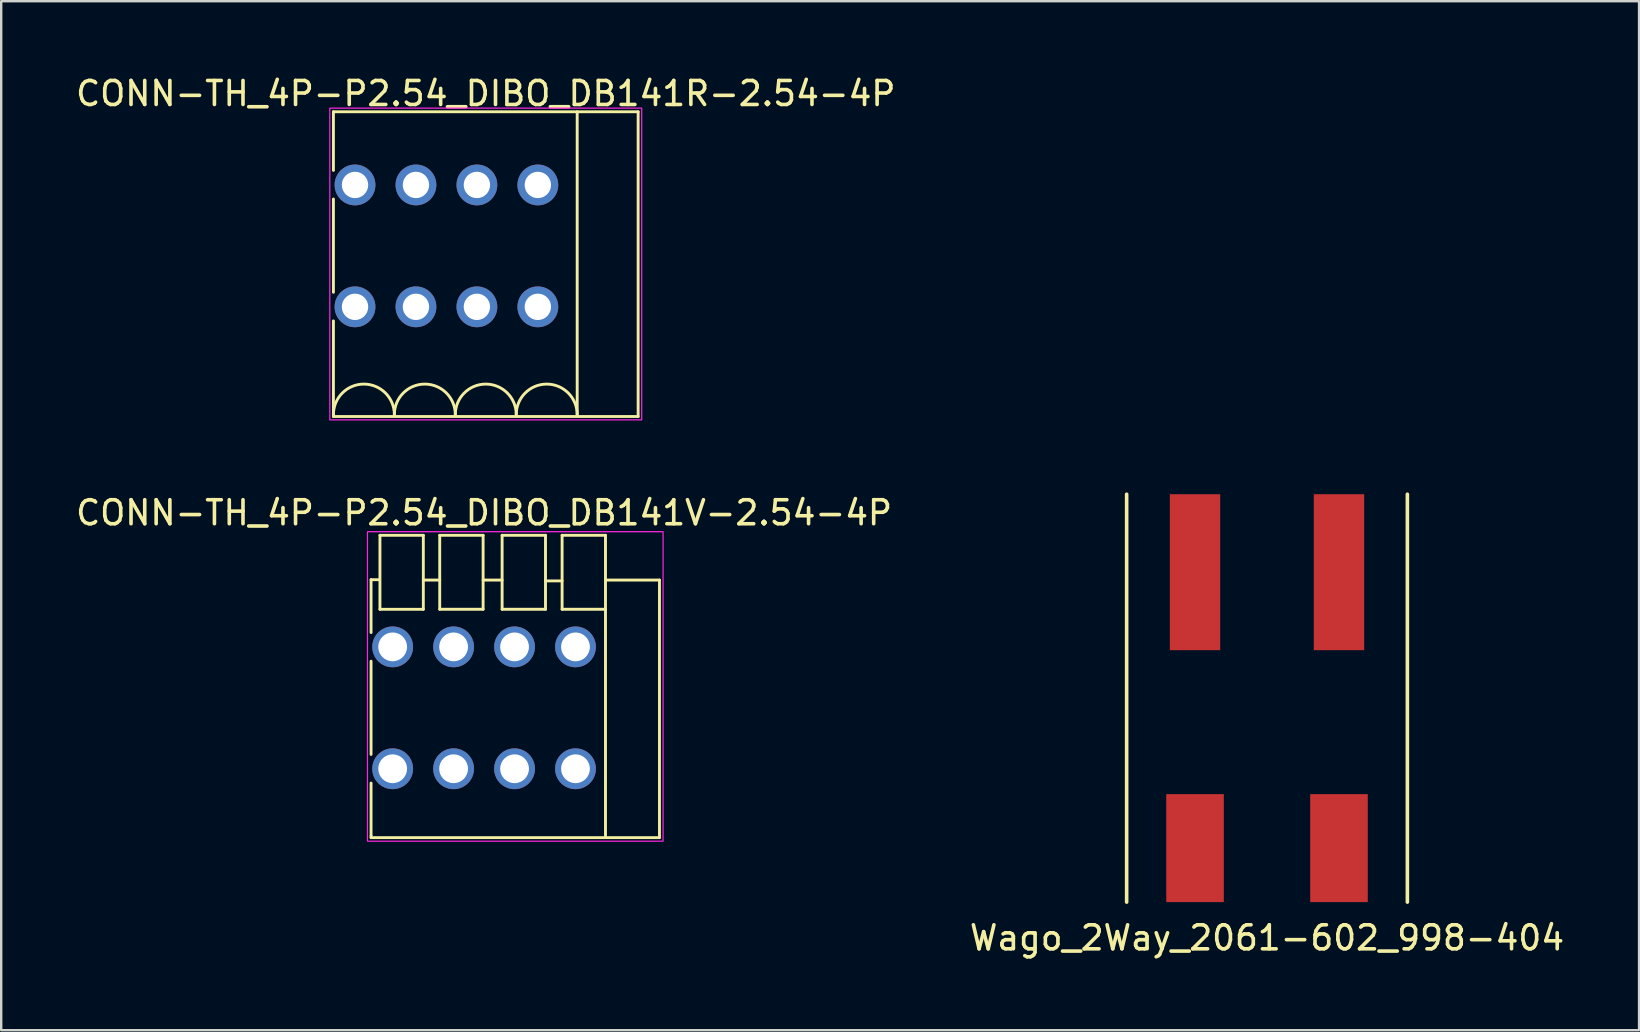
<source format=kicad_pcb>
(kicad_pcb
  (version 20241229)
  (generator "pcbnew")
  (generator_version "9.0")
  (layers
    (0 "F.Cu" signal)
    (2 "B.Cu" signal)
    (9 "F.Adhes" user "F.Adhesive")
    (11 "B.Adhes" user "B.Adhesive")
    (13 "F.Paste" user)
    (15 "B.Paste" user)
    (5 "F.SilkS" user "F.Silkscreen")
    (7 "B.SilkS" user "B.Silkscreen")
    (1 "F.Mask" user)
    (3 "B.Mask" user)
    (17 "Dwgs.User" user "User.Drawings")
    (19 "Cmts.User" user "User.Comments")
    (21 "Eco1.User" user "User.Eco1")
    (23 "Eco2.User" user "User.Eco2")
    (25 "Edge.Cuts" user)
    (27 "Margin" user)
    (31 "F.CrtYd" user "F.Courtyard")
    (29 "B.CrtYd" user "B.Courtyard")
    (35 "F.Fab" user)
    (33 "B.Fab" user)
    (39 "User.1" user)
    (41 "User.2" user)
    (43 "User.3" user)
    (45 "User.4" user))
  (footprint "CONN-TH_4P-P2.54_DIBO_DB141V-2.54-4P"
    (layer "F.Cu")
    (at 17.125 26.45)
    (property "Reference" "CONN-TH_4P-P2.54_DIBO_DB141V-2.54-4P" (at 0 -8.128 0) (layer "F.SilkS") (effects (font (size 1 1) (thickness 0.15))))
    (attr through_hole)
    (fp_line (start -4.71 -5.34) (end -4.356 -5.34) (stroke (width 0.12) (type solid)) (layer "F.SilkS"))
    (fp_line (start -4.71 -3.137) (end -4.71 -5.34) (stroke (width 0.12) (type solid)) (layer "F.SilkS"))
    (fp_line (start -4.71 1.943) (end -4.71 -1.943) (stroke (width 0.12) (type solid)) (layer "F.SilkS"))
    (fp_line (start -4.71 5.41) (end -4.71 3.137) (stroke (width 0.12) (type solid)) (layer "F.SilkS"))
    (fp_line (start -4.71 5.41) (end 7.31 5.41) (stroke (width 0.12) (type solid)) (layer "F.SilkS"))
    (fp_line (start -4.34 -7.19) (end -4.34 -4.106) (stroke (width 0.12) (type solid)) (layer "F.SilkS"))
    (fp_line (start -2.532 -7.19) (end -4.34 -7.19) (stroke (width 0.12) (type solid)) (layer "F.SilkS"))
    (fp_line (start -2.532 -7.19) (end -2.532 -4.106) (stroke (width 0.12) (type solid)) (layer "F.SilkS"))
    (fp_line (start -2.532 -5.324) (end -1.848 -5.324) (stroke (width 0.12) (type solid)) (layer "F.SilkS"))
    (fp_line (start -2.532 -4.106) (end -4.34 -4.106) (stroke (width 0.12) (type solid)) (layer "F.SilkS"))
    (fp_line (start -1.848 -7.19) (end -1.848 -4.107) (stroke (width 0.12) (type solid)) (layer "F.SilkS"))
    (fp_line (start -0.04 -7.19) (end -1.848 -7.19) (stroke (width 0.12) (type solid)) (layer "F.SilkS"))
    (fp_line (start -0.04 -7.19) (end -0.04 -4.107) (stroke (width 0.12) (type solid)) (layer "F.SilkS"))
    (fp_line (start -0.04 -5.324) (end 0.752 -5.324) (stroke (width 0.12) (type solid)) (layer "F.SilkS"))
    (fp_line (start -0.04 -4.107) (end -1.848 -4.107) (stroke (width 0.12) (type solid)) (layer "F.SilkS"))
    (fp_line (start 0.752 -7.19) (end 0.752 -4.107) (stroke (width 0.12) (type solid)) (layer "F.SilkS"))
    (fp_line (start 2.56 -7.19) (end 0.752 -7.19) (stroke (width 0.12) (type solid)) (layer "F.SilkS"))
    (fp_line (start 2.56 -7.19) (end 2.56 -4.107) (stroke (width 0.12) (type solid)) (layer "F.SilkS"))
    (fp_line (start 2.56 -5.29) (end 3.252 -5.29) (stroke (width 0.12) (type solid)) (layer "F.SilkS"))
    (fp_line (start 2.56 -4.107) (end 0.752 -4.107) (stroke (width 0.12) (type solid)) (layer "F.SilkS"))
    (fp_line (start 3.252 -7.19) (end 3.252 -4.107) (stroke (width 0.12) (type solid)) (layer "F.SilkS"))
    (fp_line (start 5.06 -7.19) (end 3.252 -7.19) (stroke (width 0.12) (type solid)) (layer "F.SilkS"))
    (fp_line (start 5.06 -7.19) (end 5.06 5.34) (stroke (width 0.12) (type solid)) (layer "F.SilkS"))
    (fp_line (start 5.06 -4.107) (end 3.252 -4.107) (stroke (width 0.12) (type solid)) (layer "F.SilkS"))
    (fp_line (start 7.31 -5.324) (end 5.06 -5.324) (stroke (width 0.12) (type solid)) (layer "F.SilkS"))
    (fp_line (start 7.31 -5.324) (end 7.31 5.41) (stroke (width 0.12) (type solid)) (layer "F.SilkS"))
    (fp_circle (center -4.71 5.34) (end -4.68 5.34) (stroke (width 0.06) (type solid)) (fill no) (layer "F.SilkS"))
    (fp_rect (start -4.86 -7.34) (end 7.46 5.56) (stroke (width 0.05) (type default)) (fill no) (layer "F.CrtYd"))
    (pad "1" thru_hole circle (at -3.81 -2.54) (size 1.7 1.7) (drill 1.2) (layers "*.Cu" "*.Mask"))
    (pad "1" thru_hole circle (at -3.81 2.54) (size 1.7 1.7) (drill 1.2) (layers "*.Cu" "*.Mask"))
    (pad "2" thru_hole circle (at -1.27 -2.54) (size 1.7 1.7) (drill 1.2) (layers "*.Cu" "*.Mask"))
    (pad "2" thru_hole circle (at -1.27 2.54) (size 1.7 1.7) (drill 1.2) (layers "*.Cu" "*.Mask"))
    (pad "3" thru_hole circle (at 1.27 -2.54) (size 1.7 1.7) (drill 1.2) (layers "*.Cu" "*.Mask"))
    (pad "3" thru_hole circle (at 1.27 2.54) (size 1.7 1.7) (drill 1.2) (layers "*.Cu" "*.Mask"))
    (pad "4" thru_hole circle (at 3.81 -2.54) (size 1.7 1.7) (drill 1.2) (layers "*.Cu" "*.Mask"))
    (pad "4" thru_hole circle (at 3.81 2.54) (size 1.7 1.7) (drill 1.2) (layers "*.Cu" "*.Mask")))
  (footprint "Wago_2Way_2061-602_998-404"
    (layer "F.Cu")
    (at 49.756 20.798)
    (property "Reference" "Wago_2Way_2061-602_998-404" (at 0 15.24 0) (layer "F.SilkS") (effects (font (size 1 1) (thickness 0.15))))
    (attr through_hole)
    (fp_line (start -5.85 -3.25) (end -5.85 13.75) (stroke (width 0.15) (type solid)) (layer "F.SilkS"))
    (fp_line (start 5.85 -3.25) (end 5.85 13.75) (stroke (width 0.15) (type solid)) (layer "F.SilkS"))
    (pad "1" smd rect (at -3 0) (size 2.1 6.5) (layers "F.Cu" "F.Mask" "F.Paste"))
    (pad "1" smd rect (at -3 11.5) (size 2.4 4.5) (layers "F.Cu" "F.Mask" "F.Paste"))
    (pad "2" smd rect (at 3 0) (size 2.1 6.5) (layers "F.Cu" "F.Mask" "F.Paste"))
    (pad "2" smd rect (at 3 11.5) (size 2.4 4.5) (layers "F.Cu" "F.Mask" "F.Paste")))
  (footprint "CONN-TH_4P-P2.54_DIBO_DB141R-2.54-4P"
    (layer "F.Cu")
    (at 15.556 7.198)
    (property "Reference" "CONN-TH_4P-P2.54_DIBO_DB141R-2.54-4P" (at 1.64 -6.35 0) (layer "F.SilkS") (effects (font (size 1 1) (thickness 0.15))))
    (attr through_hole)
    (fp_line (start -4.71 -5.59) (end -4.71 -3.147) (stroke (width 0.12) (type solid)) (layer "F.SilkS"))
    (fp_line (start -4.71 -5.59) (end 7.99 -5.59) (stroke (width 0.12) (type solid)) (layer "F.SilkS"))
    (fp_line (start -4.71 -1.953) (end -4.71 1.933) (stroke (width 0.12) (type solid)) (layer "F.SilkS"))
    (fp_line (start -4.71 3.127) (end -4.71 7.11) (stroke (width 0.12) (type solid)) (layer "F.SilkS"))
    (fp_line (start -4.71 7.11) (end 7.99 7.11) (stroke (width 0.12) (type solid)) (layer "F.SilkS"))
    (fp_line (start 5.45 -5.59) (end 5.45 7.03) (stroke (width 0.12) (type solid)) (layer "F.SilkS"))
    (fp_line (start 7.99 -5.59) (end 7.99 7.11) (stroke (width 0.12) (type solid)) (layer "F.SilkS"))
    (fp_arc (start -4.71 7.030023) (mid -3.44 5.760022) (end -2.17 7.030022) (stroke (width 0.12) (type solid)) (layer "F.SilkS"))
    (fp_arc (start -2.17 7.030023) (mid -0.9 5.760023) (end 0.37 7.030023) (stroke (width 0.12) (type solid)) (layer "F.SilkS"))
    (fp_arc (start 0.37 7.030023) (mid 1.64 5.760023) (end 2.91 7.030023) (stroke (width 0.12) (type solid)) (layer "F.SilkS"))
    (fp_arc (start 2.91 7.030023) (mid 4.179998 5.760021) (end 5.45 7.030022) (stroke (width 0.12) (type solid)) (layer "F.SilkS"))
    (fp_rect (start -4.86 -5.74) (end 8.14 7.25) (stroke (width 0.05) (type default)) (fill no) (layer "F.CrtYd"))
    (pad "1" thru_hole circle (at -3.81 -2.54) (size 1.7 1.7) (drill 1.1) (layers "*.Cu" "*.Mask"))
    (pad "1" thru_hole circle (at -3.81 2.54) (size 1.7 1.7) (drill 1.1) (layers "*.Cu" "*.Mask"))
    (pad "2" thru_hole circle (at -1.27 -2.54) (size 1.7 1.7) (drill 1.1) (layers "*.Cu" "*.Mask"))
    (pad "2" thru_hole circle (at -1.27 2.54) (size 1.7 1.7) (drill 1.1) (layers "*.Cu" "*.Mask"))
    (pad "3" thru_hole circle (at 1.27 -2.54) (size 1.7 1.7) (drill 1.1) (layers "*.Cu" "*.Mask"))
    (pad "3" thru_hole circle (at 1.27 2.54) (size 1.7 1.7) (drill 1.1) (layers "*.Cu" "*.Mask"))
    (pad "4" thru_hole circle (at 3.81 -2.54) (size 1.7 1.7) (drill 1.1) (layers "*.Cu" "*.Mask"))
    (pad "4" thru_hole circle (at 3.81 2.54) (size 1.7 1.7) (drill 1.1) (layers "*.Cu" "*.Mask")))
  (gr_rect
    (start -3 -3)
    (end 65.262 39.886)
    (stroke (width 0.1) (type default))
    (fill no)
    (layer "Edge.Cuts")))
</source>
